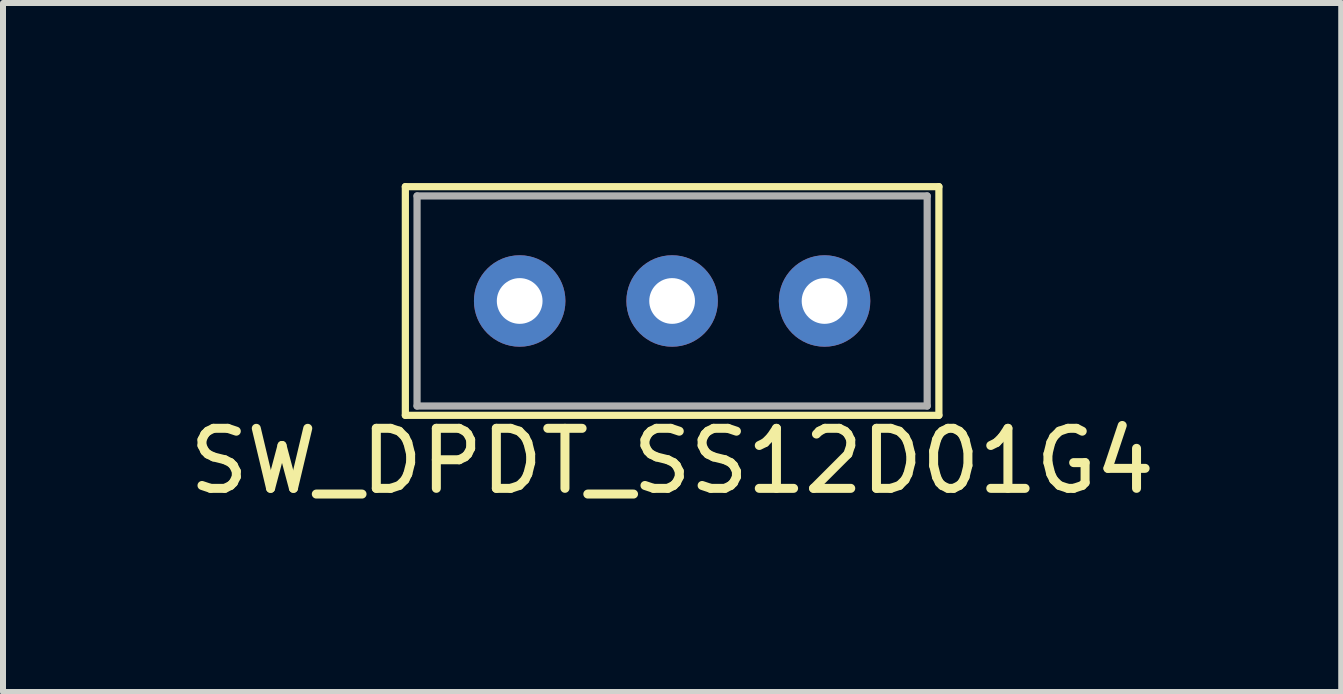
<source format=kicad_pcb>
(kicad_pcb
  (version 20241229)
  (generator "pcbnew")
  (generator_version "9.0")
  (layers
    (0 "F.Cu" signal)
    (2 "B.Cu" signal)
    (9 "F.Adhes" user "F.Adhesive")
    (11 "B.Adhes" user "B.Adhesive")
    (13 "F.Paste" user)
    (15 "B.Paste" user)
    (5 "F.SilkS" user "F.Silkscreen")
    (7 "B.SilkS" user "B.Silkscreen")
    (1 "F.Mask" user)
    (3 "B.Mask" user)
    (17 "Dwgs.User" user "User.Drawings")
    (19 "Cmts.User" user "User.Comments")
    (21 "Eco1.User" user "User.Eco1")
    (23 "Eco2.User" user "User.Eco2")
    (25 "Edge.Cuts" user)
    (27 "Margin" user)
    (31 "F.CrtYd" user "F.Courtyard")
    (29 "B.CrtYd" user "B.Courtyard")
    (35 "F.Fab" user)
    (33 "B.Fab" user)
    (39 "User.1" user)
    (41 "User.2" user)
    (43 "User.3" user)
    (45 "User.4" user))
  (footprint "SW_DPDT_SS12D01G4"
    (layer "F.Cu")
    (at 8.149 1.965)
    (property "Reference" "SW_DPDT_SS12D01G4" (at 0 2.667 0) (layer "F.SilkS") (effects (font (size 1 1) (thickness 0.15))))
    (attr through_hole)
    (fp_line (start -4.445 -1.905) (end 4.445 -1.905) (stroke (width 0.12) (type solid)) (layer "F.SilkS"))
    (fp_line (start -4.445 1.905) (end -4.445 -1.905) (stroke (width 0.12) (type solid)) (layer "F.SilkS"))
    (fp_line (start 4.445 -1.905) (end 4.445 1.905) (stroke (width 0.12) (type solid)) (layer "F.SilkS"))
    (fp_line (start 4.445 1.905) (end -4.445 1.905) (stroke (width 0.12) (type solid)) (layer "F.SilkS"))
    (fp_line (start -4.25 -1.75) (end -4.25 1.75) (stroke (width 0.12) (type solid)) (layer "F.Fab"))
    (fp_line (start -4.25 1.75) (end 4.25 1.75) (stroke (width 0.12) (type solid)) (layer "F.Fab"))
    (fp_line (start 4.25 -1.75) (end -4.25 -1.75) (stroke (width 0.12) (type solid)) (layer "F.Fab"))
    (fp_line (start 4.25 1.75) (end 4.25 -1.75) (stroke (width 0.12) (type solid)) (layer "F.Fab"))
    (pad "1" thru_hole circle (at -2.54 0) (size 1.524 1.524) (drill 0.762) (layers "*.Cu" "*.Mask"))
    (pad "2" thru_hole circle (at 0 0) (size 1.524 1.524) (drill 0.762) (layers "*.Cu" "*.Mask"))
    (pad "3" thru_hole circle (at 2.54 0) (size 1.524 1.524) (drill 0.762) (layers "*.Cu" "*.Mask")))
  (gr_rect
    (start -3 -3)
    (end 19.298 8.48)
    (stroke (width 0.1) (type default))
    (fill no)
    (layer "Edge.Cuts")))
</source>
